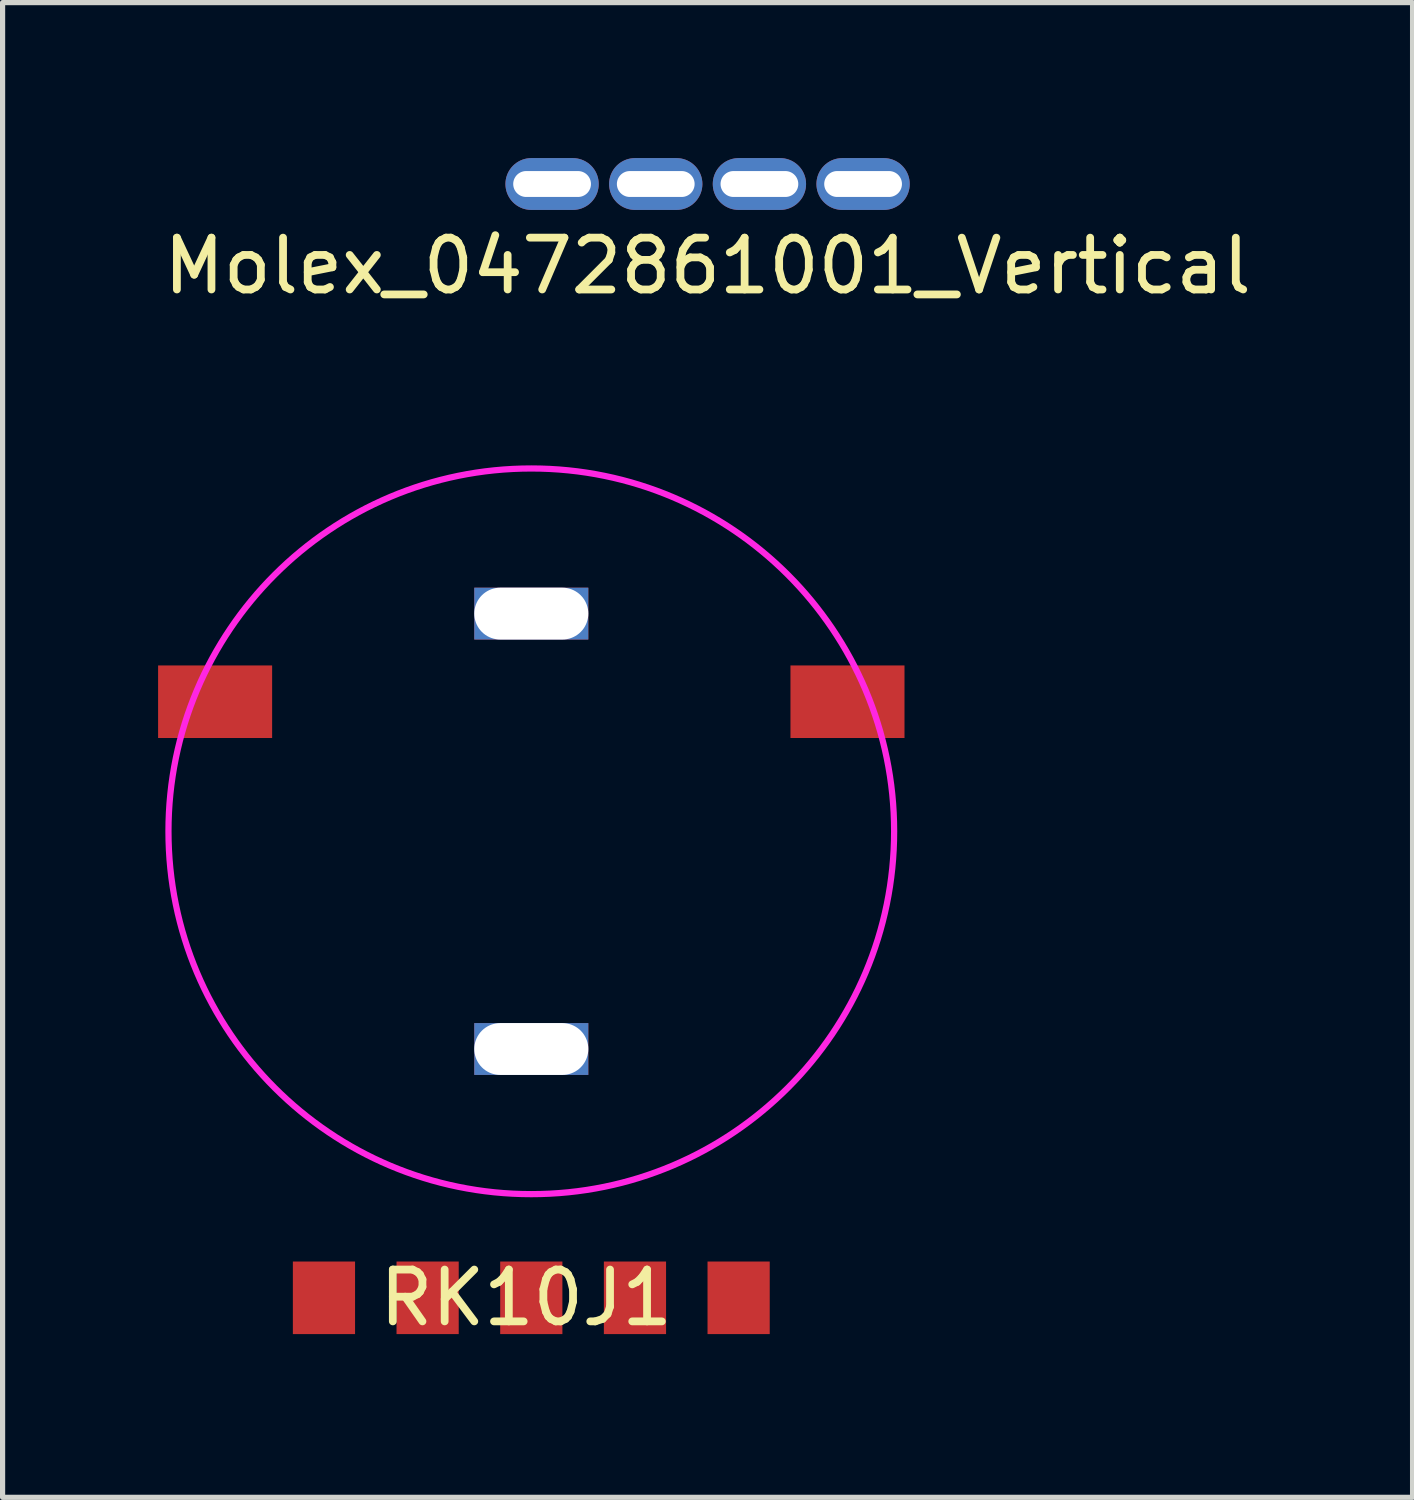
<source format=kicad_pcb>
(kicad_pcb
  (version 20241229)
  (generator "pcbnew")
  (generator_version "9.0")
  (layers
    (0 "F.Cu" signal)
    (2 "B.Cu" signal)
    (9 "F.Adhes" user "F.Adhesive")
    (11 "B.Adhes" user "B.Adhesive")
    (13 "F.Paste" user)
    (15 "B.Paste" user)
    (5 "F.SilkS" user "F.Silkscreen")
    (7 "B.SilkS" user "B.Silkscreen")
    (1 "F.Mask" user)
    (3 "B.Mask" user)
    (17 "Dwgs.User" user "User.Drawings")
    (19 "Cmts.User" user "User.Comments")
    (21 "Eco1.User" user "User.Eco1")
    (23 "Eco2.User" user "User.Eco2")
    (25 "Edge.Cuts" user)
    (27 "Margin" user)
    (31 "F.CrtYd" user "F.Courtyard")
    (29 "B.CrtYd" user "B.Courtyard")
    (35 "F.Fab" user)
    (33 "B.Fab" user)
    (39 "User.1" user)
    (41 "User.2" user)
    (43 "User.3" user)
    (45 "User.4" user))
  (footprint "Molex_0472861001_Vertical"
    (layer "F.Cu")
    (at 10.601 1.58)
    (property "Reference" "Molex_0472861001_Vertical" (at 0 0.5 0) (layer "F.SilkS") (effects (font (size 1 1) (thickness 0.15))))
    (attr through_hole)
    (pad "1" thru_hole oval (at -3 -1.08) (size 1.8 1) (drill oval 1.5 0.5) (layers "*.Cu" "*.Mask"))
    (pad "2" thru_hole oval (at -1 -1.08) (size 1.8 1) (drill oval 1.5 0.5) (layers "*.Cu" "*.Mask"))
    (pad "3" thru_hole oval (at 1 -1.08) (size 1.8 1) (drill oval 1.5 0.5) (layers "*.Cu" "*.Mask"))
    (pad "4" thru_hole oval (at 3 -1.08) (size 1.8 1) (drill oval 1.5 0.5) (layers "*.Cu" "*.Mask")))
  (footprint "RK10J1"
    (layer "F.Cu")
    (at 7.2 12.988)
    (property "Reference" "RK10J1" (at -0.1 9 0) (layer "F.SilkS") (effects (font (size 1 1) (thickness 0.15))))
    (attr through_hole)
    (fp_circle (center 0 0) (end 7 0) (stroke (width 0.12) (type solid)) (fill no) (layer "F.CrtYd"))
    (pad "" smd rect (at -6.1 -2.5) (size 2.2 1.4) (layers "F.Cu" "F.Mask" "F.Paste"))
    (pad "" np_thru_hole rect (at 0 -4.2) (size 2.2 1) (drill oval 2.2 1) (layers "*.Cu" "*.Mask"))
    (pad "" np_thru_hole rect (at 0 4.2) (size 2.2 1) (drill oval 2.2 1) (layers "*.Cu" "*.Mask"))
    (pad "" smd rect (at 6.1 -2.5) (size 2.2 1.4) (layers "F.Cu" "F.Mask" "F.Paste"))
    (pad "1" smd rect (at 4 9) (size 1.2 1.4) (layers "F.Cu" "F.Mask" "F.Paste"))
    (pad "2" smd rect (at -2 9) (size 1.2 1.4) (layers "F.Cu" "F.Mask" "F.Paste"))
    (pad "3" smd rect (at -4 9) (size 1.2 1.4) (layers "F.Cu" "F.Mask" "F.Paste"))
    (pad "4" smd rect (at 2 9) (size 1.2 1.4) (layers "F.Cu" "F.Mask" "F.Paste"))
    (pad "5" smd rect (at 0 9) (size 1.2 1.4) (layers "F.Cu" "F.Mask" "F.Paste")))
  (gr_rect
    (start -3 -3)
    (end 24.202 25.837)
    (stroke (width 0.1) (type default))
    (fill no)
    (layer "Edge.Cuts")))
</source>
